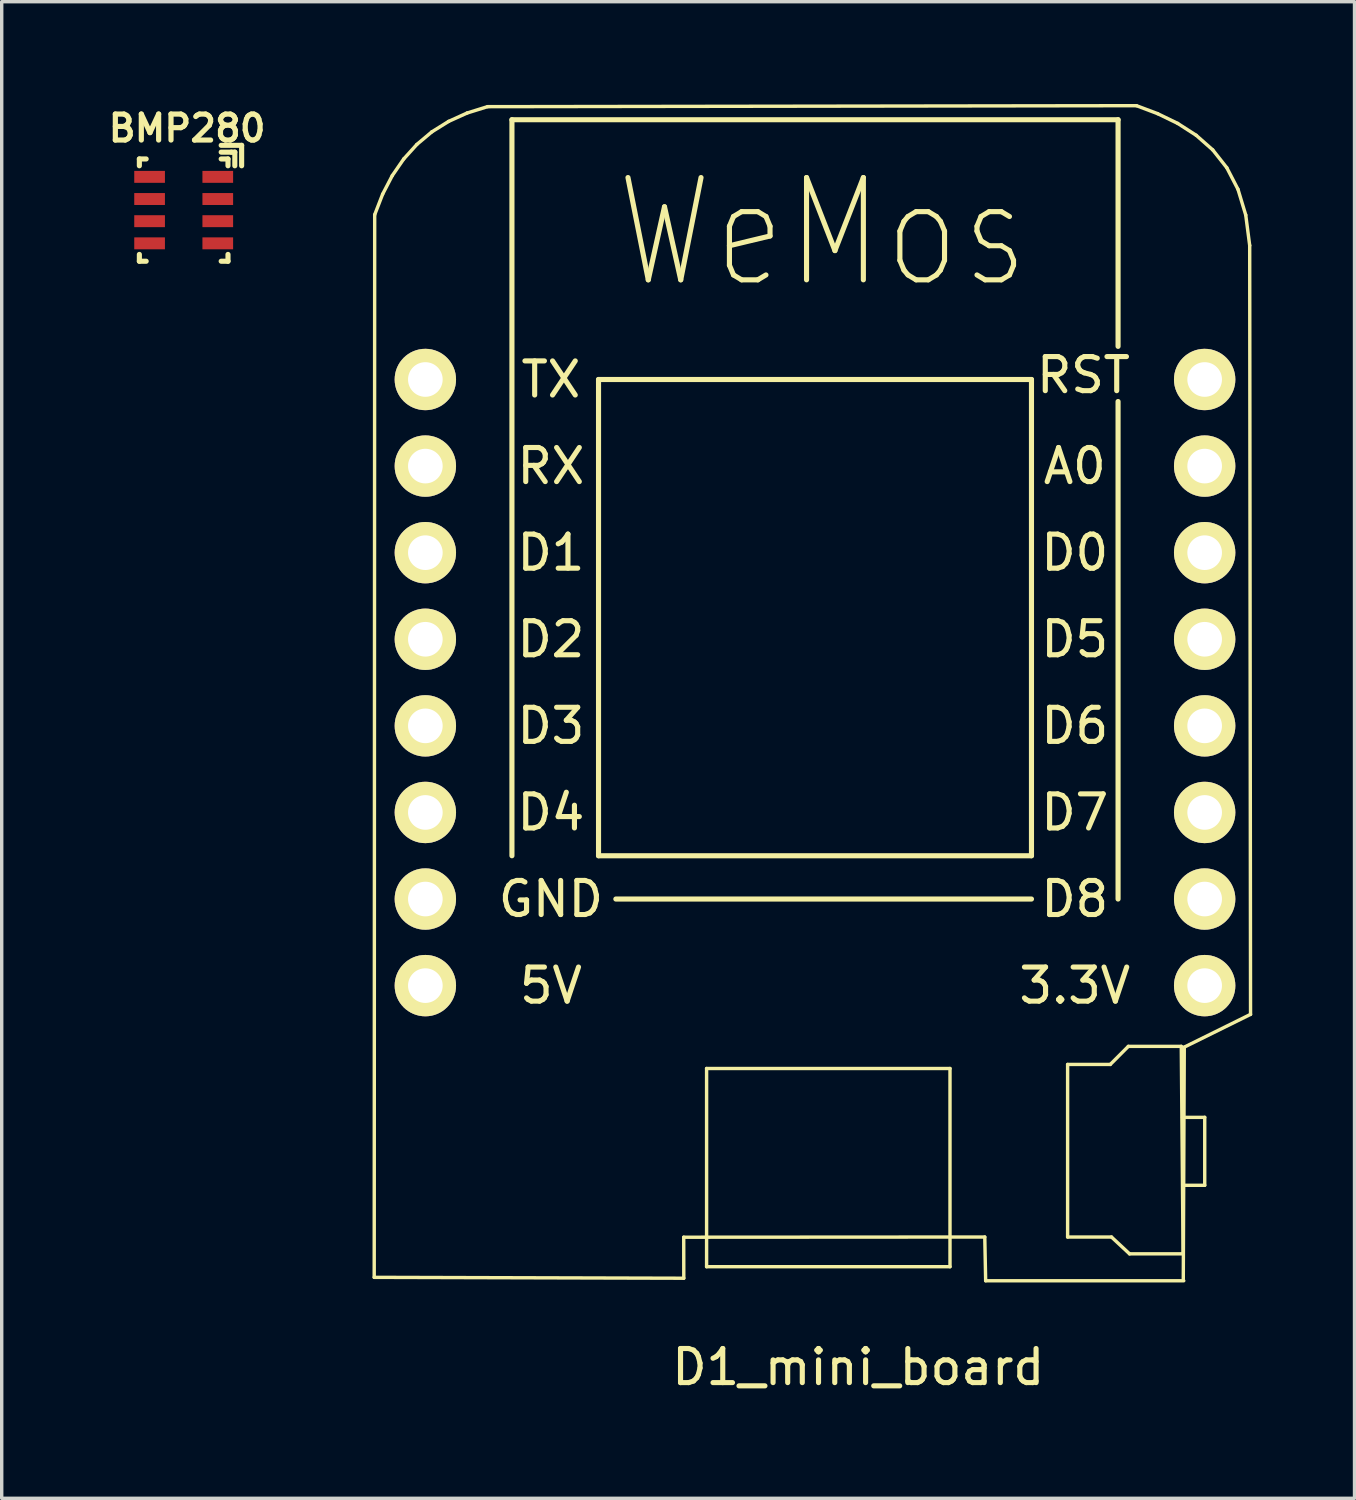
<source format=kicad_pcb>
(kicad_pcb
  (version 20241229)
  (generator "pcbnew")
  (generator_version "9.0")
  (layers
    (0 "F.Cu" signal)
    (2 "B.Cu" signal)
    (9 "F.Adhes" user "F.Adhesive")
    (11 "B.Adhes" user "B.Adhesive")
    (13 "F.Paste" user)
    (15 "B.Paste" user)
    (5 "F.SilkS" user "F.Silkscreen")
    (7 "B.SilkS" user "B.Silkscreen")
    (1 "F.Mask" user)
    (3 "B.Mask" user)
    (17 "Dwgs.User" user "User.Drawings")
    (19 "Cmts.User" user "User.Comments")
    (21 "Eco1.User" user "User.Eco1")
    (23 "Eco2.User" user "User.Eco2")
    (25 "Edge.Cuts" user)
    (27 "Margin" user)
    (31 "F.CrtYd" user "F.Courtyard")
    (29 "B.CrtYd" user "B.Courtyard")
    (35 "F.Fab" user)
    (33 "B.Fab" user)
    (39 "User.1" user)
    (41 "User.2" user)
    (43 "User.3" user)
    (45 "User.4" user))
  (footprint "D1_mini_board"
    (layer "F.Cu")
    (at 20.857 18.242)
    (property "Reference" "D1_mini_board" (at 1.27 18.81 0) (layer "F.SilkS") (effects (font (size 1 1) (thickness 0.15))))
    (attr through_hole)
    (fp_line (start -12.93 16.177) (end -12.916 -14.993) (stroke (width 0.1) (type solid)) (layer "F.SilkS"))
    (fp_line (start -12.916 -14.993) (end -12.683 -15.596) (stroke (width 0.1) (type solid)) (layer "F.SilkS"))
    (fp_line (start -12.683 -15.596) (end -12.4 -16.141) (stroke (width 0.1) (type solid)) (layer "F.SilkS"))
    (fp_line (start -12.4 -16.141) (end -12.065 -16.628) (stroke (width 0.1) (type solid)) (layer "F.SilkS"))
    (fp_line (start -12.065 -16.628) (end -11.679 -17.055) (stroke (width 0.1) (type solid)) (layer "F.SilkS"))
    (fp_line (start -11.679 -17.055) (end -11.241 -17.423) (stroke (width 0.1) (type solid)) (layer "F.SilkS"))
    (fp_line (start -11.241 -17.423) (end -10.749 -17.73) (stroke (width 0.1) (type solid)) (layer "F.SilkS"))
    (fp_line (start -10.749 -17.73) (end -10.205 -17.977) (stroke (width 0.1) (type solid)) (layer "F.SilkS"))
    (fp_line (start -10.205 -17.977) (end -9.607 -18.163) (stroke (width 0.1) (type solid)) (layer "F.SilkS"))
    (fp_line (start -9.607 -18.163) (end 9.43 -18.192) (stroke (width 0.1) (type solid)) (layer "F.SilkS"))
    (fp_line (start -8.89 -17.78) (end -8.89 3.81) (stroke (width 0.15) (type solid)) (layer "F.SilkS"))
    (fp_line (start -6.35 -10.16) (end 6.35 -10.16) (stroke (width 0.15) (type solid)) (layer "F.SilkS"))
    (fp_line (start -6.35 3.81) (end -6.35 -10.16) (stroke (width 0.15) (type solid)) (layer "F.SilkS"))
    (fp_line (start -5.842 5.08) (end 6.35 5.08) (stroke (width 0.15) (type solid)) (layer "F.SilkS"))
    (fp_line (start -3.851 15) (end -3.849 16.203) (stroke (width 0.1) (type solid)) (layer "F.SilkS"))
    (fp_line (start -3.849 16.203) (end -12.93 16.177) (stroke (width 0.1) (type solid)) (layer "F.SilkS"))
    (fp_line (start -3.18 10.051) (end 3.96 10.051) (stroke (width 0.1) (type solid)) (layer "F.SilkS"))
    (fp_line (start -3.18 15.865) (end -3.18 10.051) (stroke (width 0.1) (type solid)) (layer "F.SilkS"))
    (fp_line (start 3.96 10.051) (end 3.96 15.865) (stroke (width 0.1) (type solid)) (layer "F.SilkS"))
    (fp_line (start 3.96 15.865) (end -3.18 15.865) (stroke (width 0.1) (type solid)) (layer "F.SilkS"))
    (fp_line (start 4.98 14.994) (end -3.851 15) (stroke (width 0.1) (type solid)) (layer "F.SilkS"))
    (fp_line (start 5.006 16.277) (end 4.98 14.994) (stroke (width 0.1) (type solid)) (layer "F.SilkS"))
    (fp_line (start 6.35 -10.16) (end 6.35 3.81) (stroke (width 0.15) (type solid)) (layer "F.SilkS"))
    (fp_line (start 6.35 3.81) (end -6.35 3.81) (stroke (width 0.15) (type solid)) (layer "F.SilkS"))
    (fp_line (start 7.41 9.932) (end 7.41 14.994) (stroke (width 0.1) (type solid)) (layer "F.SilkS"))
    (fp_line (start 7.41 14.994) (end 8.697 14.994) (stroke (width 0.1) (type solid)) (layer "F.SilkS"))
    (fp_line (start 8.662 9.932) (end 7.41 9.932) (stroke (width 0.1) (type solid)) (layer "F.SilkS"))
    (fp_line (start 8.697 14.994) (end 9.227 15.488) (stroke (width 0.1) (type solid)) (layer "F.SilkS"))
    (fp_line (start 8.89 -17.78) (end -8.89 -17.78) (stroke (width 0.15) (type solid)) (layer "F.SilkS"))
    (fp_line (start 8.89 -11.132) (end 8.89 -17.78) (stroke (width 0.15) (type solid)) (layer "F.SilkS"))
    (fp_line (start 8.89 5.08) (end 8.89 -9.514) (stroke (width 0.15) (type solid)) (layer "F.SilkS"))
    (fp_line (start 9.191 9.402) (end 8.662 9.932) (stroke (width 0.1) (type solid)) (layer "F.SilkS"))
    (fp_line (start 9.227 15.488) (end 10.797 15.488) (stroke (width 0.1) (type solid)) (layer "F.SilkS"))
    (fp_line (start 9.43 -18.192) (end 10.05 -17.958) (stroke (width 0.1) (type solid)) (layer "F.SilkS"))
    (fp_line (start 10.05 -17.958) (end 10.638 -17.673) (stroke (width 0.1) (type solid)) (layer "F.SilkS"))
    (fp_line (start 10.638 -17.673) (end 11.181 -17.324) (stroke (width 0.1) (type solid)) (layer "F.SilkS"))
    (fp_line (start 10.744 9.402) (end 9.191 9.402) (stroke (width 0.1) (type solid)) (layer "F.SilkS"))
    (fp_line (start 10.779 11.484) (end 11.432 11.484) (stroke (width 0.1) (type solid)) (layer "F.SilkS"))
    (fp_line (start 10.797 15.488) (end 10.744 9.402) (stroke (width 0.1) (type solid)) (layer "F.SilkS"))
    (fp_line (start 10.817 16.277) (end 5.006 16.277) (stroke (width 0.1) (type solid)) (layer "F.SilkS"))
    (fp_line (start 10.832 9.424) (end 10.803 16.233) (stroke (width 0.1) (type solid)) (layer "F.SilkS"))
    (fp_line (start 11.181 -17.324) (end 11.667 -16.895) (stroke (width 0.1) (type solid)) (layer "F.SilkS"))
    (fp_line (start 11.432 11.484) (end 11.432 13.477) (stroke (width 0.1) (type solid)) (layer "F.SilkS"))
    (fp_line (start 11.432 13.477) (end 10.814 13.477) (stroke (width 0.1) (type solid)) (layer "F.SilkS"))
    (fp_line (start 11.667 -16.895) (end 12.08 -16.371) (stroke (width 0.1) (type solid)) (layer "F.SilkS"))
    (fp_line (start 12.08 -16.371) (end 12.407 -15.74) (stroke (width 0.1) (type solid)) (layer "F.SilkS"))
    (fp_line (start 12.407 -15.74) (end 12.635 -14.985) (stroke (width 0.1) (type solid)) (layer "F.SilkS"))
    (fp_line (start 12.635 -14.985) (end 12.751 -14.092) (stroke (width 0.1) (type solid)) (layer "F.SilkS"))
    (fp_line (start 12.751 -14.092) (end 12.776 8.463) (stroke (width 0.1) (type solid)) (layer "F.SilkS"))
    (fp_line (start 12.776 8.463) (end 10.832 9.424) (stroke (width 0.1) (type solid)) (layer "F.SilkS"))
    (fp_text user "5V" (at -7.747 7.62 0) (layer "F.SilkS") (effects (font (size 1 1) (thickness 0.15))))
    (fp_text user "RST" (at 7.874 -10.287 0) (layer "F.SilkS") (effects (font (size 1 1) (thickness 0.15))))
    (fp_text user "A0" (at 7.62 -7.62 0) (layer "F.SilkS") (effects (font (size 1 1) (thickness 0.15))))
    (fp_text user "D6" (at 7.62 0 0) (layer "F.SilkS") (effects (font (size 1 1) (thickness 0.15))))
    (fp_text user "TX" (at -7.747 -10.16 0) (layer "F.SilkS") (effects (font (size 1 1) (thickness 0.15))))
    (fp_text user "D3" (at -7.747 0 0) (layer "F.SilkS") (effects (font (size 1 1) (thickness 0.15))))
    (fp_text user "RX" (at -7.747 -7.62 0) (layer "F.SilkS") (effects (font (size 1 1) (thickness 0.15))))
    (fp_text user "D8" (at 7.62 5.08 0) (layer "F.SilkS") (effects (font (size 1 1) (thickness 0.15))))
    (fp_text user "D5" (at 7.62 -2.54 0) (layer "F.SilkS") (effects (font (size 1 1) (thickness 0.15))))
    (fp_text user "D2" (at -7.747 -2.54 0) (layer "F.SilkS") (effects (font (size 1 1) (thickness 0.15))))
    (fp_text user "3.3V" (at 7.62 7.62 0) (layer "F.SilkS") (effects (font (size 1 1) (thickness 0.15))))
    (fp_text user "GND" (at -7.747 5.08 0) (layer "F.SilkS") (effects (font (size 1 1) (thickness 0.15))))
    (fp_text user "D0" (at 7.62 -5.08 0) (layer "F.SilkS") (effects (font (size 1 1) (thickness 0.15))))
    (fp_text user "WeMos" (at 0.228 -14.464 0) (layer "F.SilkS") (effects (font (size 3 2.5) (thickness 0.15))))
    (fp_text user "D7" (at 7.62 2.54 0) (layer "F.SilkS") (effects (font (size 1 1) (thickness 0.15))))
    (fp_text user "D1" (at -7.747 -5.08 0) (layer "F.SilkS") (effects (font (size 1 1) (thickness 0.15))))
    (fp_text user "D4" (at -7.747 2.54 0) (layer "F.SilkS") (effects (font (size 1 1) (thickness 0.15))))
    (pad "1" thru_hole circle (at -11.43 7.62) (size 1.8 1.8) (drill 1.016) (layers "*.Cu" "*.Mask" "F.SilkS"))
    (pad "2" thru_hole circle (at -11.43 5.08) (size 1.8 1.8) (drill 1.016) (layers "*.Cu" "*.Mask" "F.SilkS"))
    (pad "3" thru_hole circle (at -11.43 2.54) (size 1.8 1.8) (drill 1.016) (layers "*.Cu" "*.Mask" "F.SilkS"))
    (pad "4" thru_hole circle (at -11.43 0) (size 1.8 1.8) (drill 1.016) (layers "*.Cu" "*.Mask" "F.SilkS"))
    (pad "5" thru_hole circle (at -11.43 -2.54) (size 1.8 1.8) (drill 1.016) (layers "*.Cu" "*.Mask" "F.SilkS"))
    (pad "6" thru_hole circle (at -11.43 -5.08) (size 1.8 1.8) (drill 1.016) (layers "*.Cu" "*.Mask" "F.SilkS"))
    (pad "7" thru_hole circle (at -11.43 -7.62) (size 1.8 1.8) (drill 1.016) (layers "*.Cu" "*.Mask" "F.SilkS"))
    (pad "8" thru_hole circle (at -11.43 -10.16) (size 1.8 1.8) (drill 1.016) (layers "*.Cu" "*.Mask" "F.SilkS"))
    (pad "9" thru_hole circle (at 11.43 -10.16) (size 1.8 1.8) (drill 1.016) (layers "*.Cu" "*.Mask" "F.SilkS"))
    (pad "10" thru_hole circle (at 11.43 -7.62) (size 1.8 1.8) (drill 1.016) (layers "*.Cu" "*.Mask" "F.SilkS"))
    (pad "11" thru_hole circle (at 11.43 -5.08) (size 1.8 1.8) (drill 1.016) (layers "*.Cu" "*.Mask" "F.SilkS"))
    (pad "12" thru_hole circle (at 11.43 -2.54) (size 1.8 1.8) (drill 1.016) (layers "*.Cu" "*.Mask" "F.SilkS"))
    (pad "13" thru_hole circle (at 11.43 0) (size 1.8 1.8) (drill 1.016) (layers "*.Cu" "*.Mask" "F.SilkS"))
    (pad "14" thru_hole circle (at 11.43 2.54) (size 1.8 1.8) (drill 1.016) (layers "*.Cu" "*.Mask" "F.SilkS"))
    (pad "15" thru_hole circle (at 11.43 5.08) (size 1.8 1.8) (drill 1.016) (layers "*.Cu" "*.Mask" "F.SilkS"))
    (pad "16" thru_hole circle (at 11.43 7.62) (size 1.8 1.8) (drill 1.016) (layers "*.Cu" "*.Mask" "F.SilkS")))
  (footprint "BMP280"
    (layer "F.Cu")
    (at 2.338 3.113)
    (property "Reference" "BMP280" (at 0.1 -2.4 0) (layer "F.SilkS") (effects (font (size 0.762 0.762) (thickness 0.152))))
    (attr through_hole)
    (fp_line (start -1.3 -1.5) (end -1.1 -1.5) (stroke (width 0.15) (type solid)) (layer "F.SilkS"))
    (fp_line (start -1.3 -1.3) (end -1.3 -1.5) (stroke (width 0.15) (type solid)) (layer "F.SilkS"))
    (fp_line (start -1.3 1.3) (end -1.3 1.5) (stroke (width 0.15) (type solid)) (layer "F.SilkS"))
    (fp_line (start -1.3 1.5) (end -1.1 1.5) (stroke (width 0.15) (type solid)) (layer "F.SilkS"))
    (fp_line (start 1.1 -1.9) (end 1.7 -1.9) (stroke (width 0.15) (type solid)) (layer "F.SilkS"))
    (fp_line (start 1.1 -1.7) (end 1.4 -1.7) (stroke (width 0.15) (type solid)) (layer "F.SilkS"))
    (fp_line (start 1.3 -1.5) (end 1.1 -1.5) (stroke (width 0.15) (type solid)) (layer "F.SilkS"))
    (fp_line (start 1.3 -1.3) (end 1.3 -1.5) (stroke (width 0.15) (type solid)) (layer "F.SilkS"))
    (fp_line (start 1.3 1.3) (end 1.3 1.5) (stroke (width 0.15) (type solid)) (layer "F.SilkS"))
    (fp_line (start 1.3 1.5) (end 1.1 1.5) (stroke (width 0.15) (type solid)) (layer "F.SilkS"))
    (fp_line (start 1.4 -1.7) (end 1.5 -1.7) (stroke (width 0.15) (type solid)) (layer "F.SilkS"))
    (fp_line (start 1.5 -1.7) (end 1.5 -1.3) (stroke (width 0.15) (type solid)) (layer "F.SilkS"))
    (fp_line (start 1.7 -1.9) (end 1.7 -1.3) (stroke (width 0.15) (type solid)) (layer "F.SilkS"))
    (pad "1" smd rect (at 1 -0.975) (size 0.9 0.35) (layers "F.Cu" "F.Mask" "F.Paste"))
    (pad "2" smd rect (at 1 -0.325) (size 0.9 0.35) (layers "F.Cu" "F.Mask" "F.Paste"))
    (pad "3" smd rect (at 1 0.325) (size 0.9 0.35) (layers "F.Cu" "F.Mask" "F.Paste"))
    (pad "4" smd rect (at 1 0.975) (size 0.9 0.35) (layers "F.Cu" "F.Mask" "F.Paste"))
    (pad "5" smd rect (at -1 0.975) (size 0.9 0.35) (layers "F.Cu" "F.Mask" "F.Paste"))
    (pad "6" smd rect (at -1 0.325) (size 0.9 0.35) (layers "F.Cu" "F.Mask" "F.Paste"))
    (pad "7" smd rect (at -1 -0.325) (size 0.9 0.35) (layers "F.Cu" "F.Mask" "F.Paste"))
    (pad "8" smd rect (at -1 -0.975) (size 0.9 0.35) (layers "F.Cu" "F.Mask" "F.Paste")))
  (gr_rect
    (start -3 -3)
    (end 36.683 40.9)
    (stroke (width 0.1) (type default))
    (fill no)
    (layer "Edge.Cuts")))
</source>
